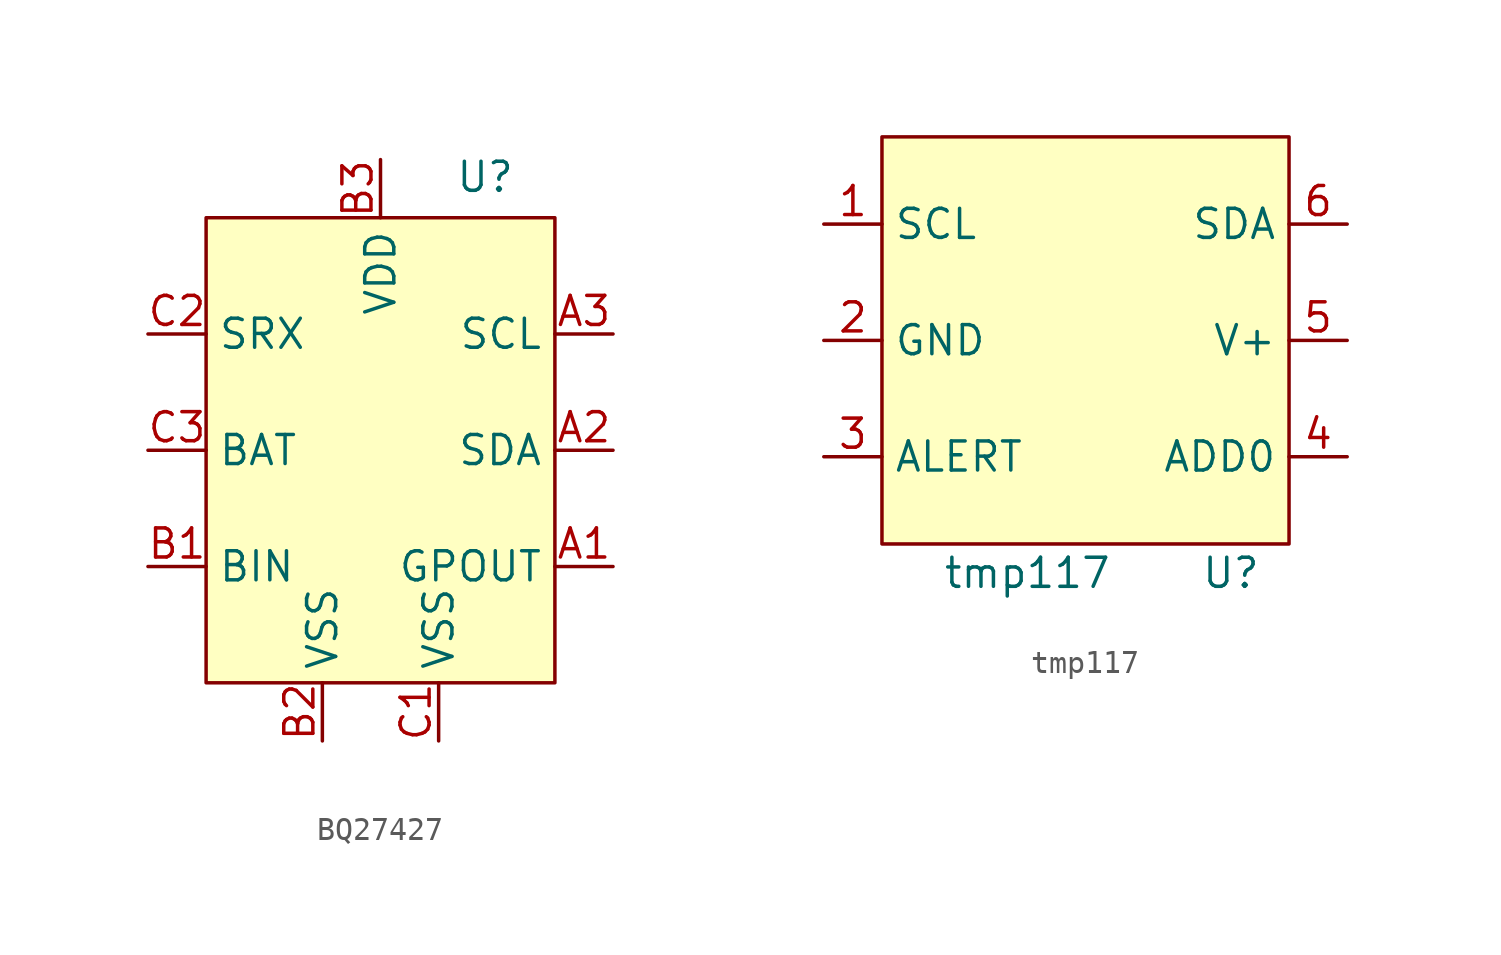
<source format=kicad_sym>
(kicad_symbol_lib
  (version 20220914)
  (generator kicad_symbol_editor)
  (symbol "BQ27427"
    (property "Reference" "U"
      (at 4.572 11.938 0)
      (effects (font (size 1.27 1.27))))
    (property "Value" ""
      (at 0 0 0)
      (effects (font (size 1.27 1.27))))
    (symbol "BQ27427_1_1"
      (rectangle (start -7.62 10.16) (end 7.62 -10.16) (stroke (width 0) (type default)) (fill (type background)))
      (pin output line (at 10.16 -5.08 180) (length 2.54) (name "GPOUT" (effects (font (size 1.27 1.27)))) (number "A1" (effects (font (size 1.27 1.27)))))
      (pin bidirectional line (at 10.16 0 180) (length 2.54) (name "SDA" (effects (font (size 1.27 1.27)))) (number "A2" (effects (font (size 1.27 1.27)))))
      (pin bidirectional line (at 10.16 5.08 180) (length 2.54) (name "SCL" (effects (font (size 1.27 1.27)))) (number "A3" (effects (font (size 1.27 1.27)))))
      (pin input line (at -10.16 -5.08 0) (length 2.54) (name "BIN" (effects (font (size 1.27 1.27)))) (number "B1" (effects (font (size 1.27 1.27)))))
      (pin power_in line (at -2.54 -12.7 90) (length 2.54) (name "VSS" (effects (font (size 1.27 1.27)))) (number "B2" (effects (font (size 1.27 1.27)))))
      (pin power_in line (at 0 12.7 270) (length 2.54) (name "VDD" (effects (font (size 1.27 1.27)))) (number "B3" (effects (font (size 1.27 1.27)))))
      (pin power_in line (at 2.54 -12.7 90) (length 2.54) (name "VSS" (effects (font (size 1.27 1.27)))) (number "C1" (effects (font (size 1.27 1.27)))))
      (pin power_in line (at -10.16 5.08 0) (length 2.54) (name "SRX" (effects (font (size 1.27 1.27)))) (number "C2" (effects (font (size 1.27 1.27)))))
      (pin power_in line (at -10.16 0 0) (length 2.54) (name "BAT" (effects (font (size 1.27 1.27)))) (number "C3" (effects (font (size 1.27 1.27)))))))
  (symbol "tmp117"
    (property "Reference" "U"
      (at 6.35 -10.16 0)
      (effects (font (size 1.27 1.27))))
    (property "Value" "tmp117"
      (at -2.54 -10.16 0)
      (effects (font (size 1.27 1.27))))
    (symbol "tmp117_0_1"
      (rectangle (start -8.89 8.89) (end 8.89 -8.89) (stroke (width 0) (type default)) (fill (type background))))
    (symbol "tmp117_1_1"
      (pin input line (at -11.43 5.08 0) (length 2.54) (name "SCL" (effects (font (size 1.27 1.27)))) (number "1" (effects (font (size 1.27 1.27)))))
      (pin power_in line (at -11.43 0 0) (length 2.54) (name "GND" (effects (font (size 1.27 1.27)))) (number "2" (effects (font (size 1.27 1.27)))))
      (pin output line (at -11.43 -5.08 0) (length 2.54) (name "ALERT" (effects (font (size 1.27 1.27)))) (number "3" (effects (font (size 1.27 1.27)))))
      (pin input line (at 11.43 -5.08 180) (length 2.54) (name "ADD0" (effects (font (size 1.27 1.27)))) (number "4" (effects (font (size 1.27 1.27)))))
      (pin power_in line (at 11.43 0 180) (length 2.54) (name "V+" (effects (font (size 1.27 1.27)))) (number "5" (effects (font (size 1.27 1.27)))))
      (pin bidirectional line (at 11.43 5.08 180) (length 2.54) (name "SDA" (effects (font (size 1.27 1.27)))) (number "6" (effects (font (size 1.27 1.27))))))))
</source>
